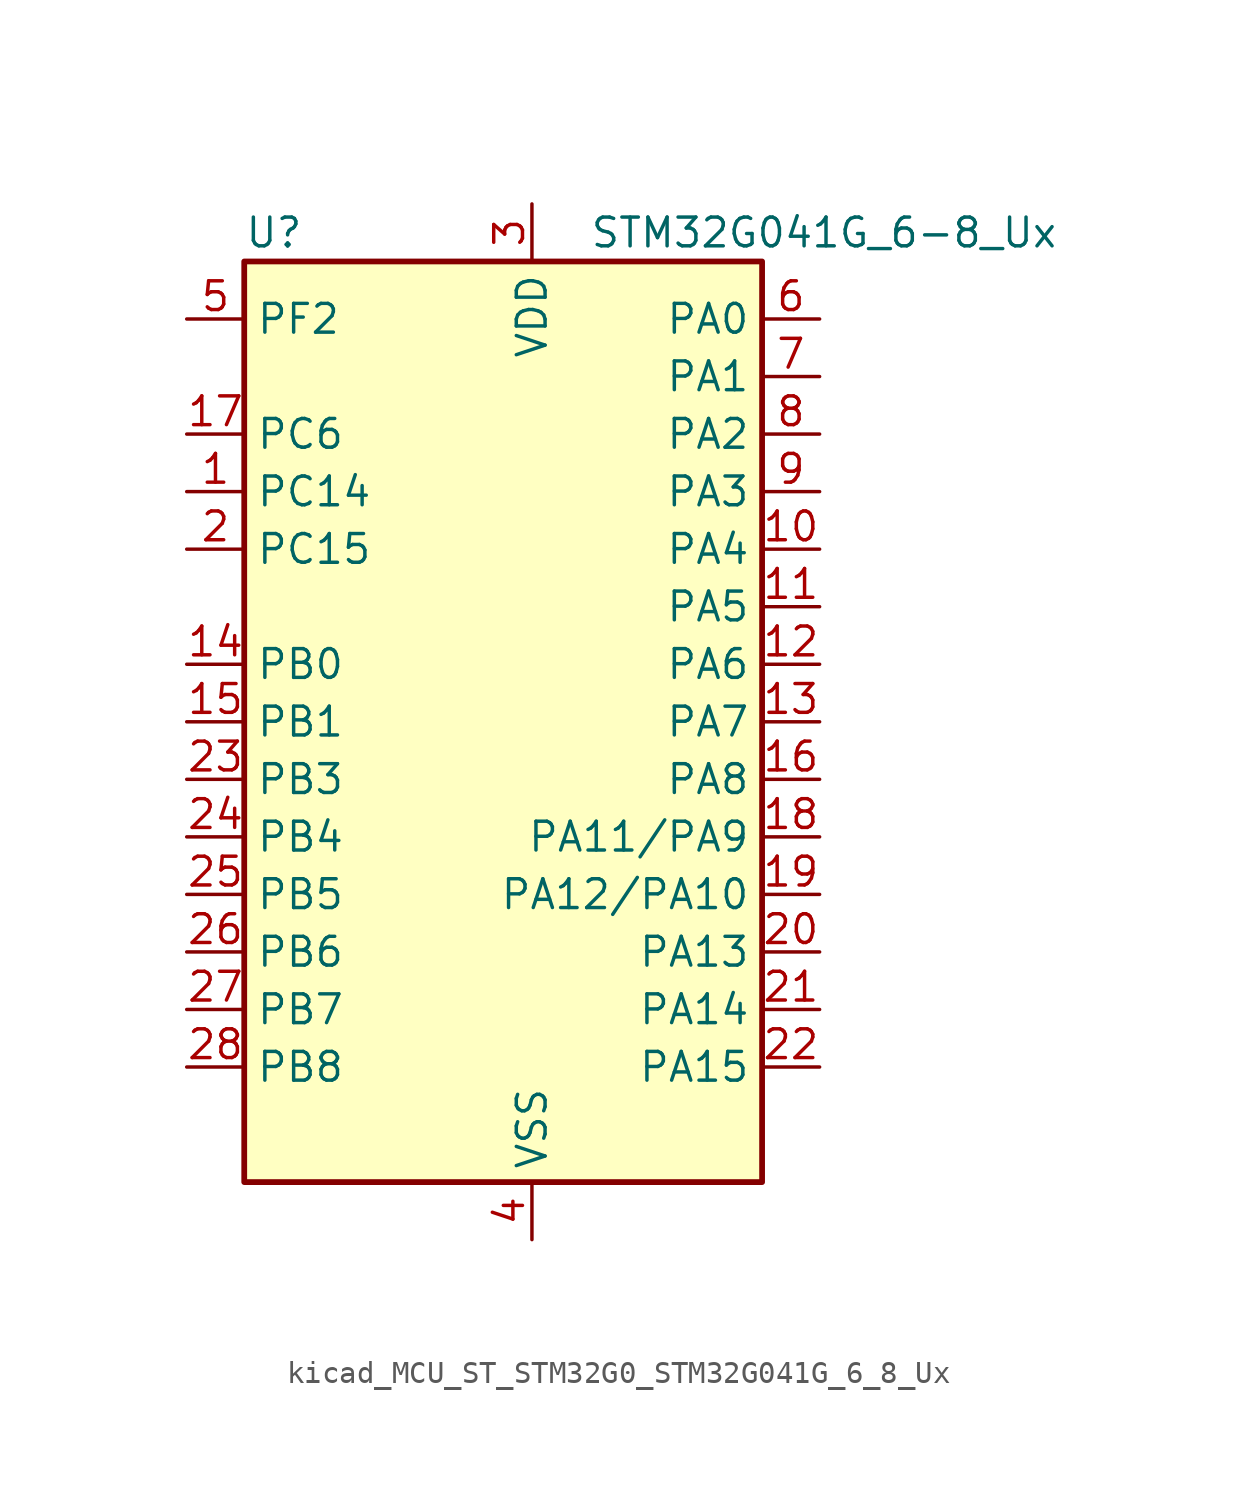
<source format=kicad_sym>
(kicad_symbol_lib
  (version 20220914)
  (generator kicad_symbol_editor)
  (symbol "kicad_MCU_ST_STM32G0_STM32G041G_6_8_Ux"
    (property "Reference" "U"
      (at -10.16 21.59 0)
      (effects (font (size 1.27 1.27)) (justify left)))
    (property "Value" "STM32G041G_6-8_Ux"
      (at 5.08 21.59 0)
      (effects (font (size 1.27 1.27)) (justify left)))
    (property "ki_locked" ""
      (at 0 0 0)
      (effects (font (size 1.27 1.27))))
    (symbol "kicad_MCU_ST_STM32G0_STM32G041G_6_8_Ux_0_1"
      (rectangle (start -10.16 -20.32) (end 12.7 20.32) (stroke (width 0.254) (type default)) (fill (type background))))
    (symbol "kicad_MCU_ST_STM32G0_STM32G041G_6_8_Ux_1_1"
      (pin bidirectional line (at -12.7 10.16 0) (length 2.54) (name "PC14" (effects (font (size 1.27 1.27)))) (number "1" (effects (font (size 1.27 1.27)))) (alternate "RCC_OSC32_IN" bidirectional line) (alternate "RCC_OSC_IN" bidirectional line) (alternate "TIM1_BK2" bidirectional line))
      (pin bidirectional line (at 15.24 7.62 180) (length 2.54) (name "PA4" (effects (font (size 1.27 1.27)))) (number "10" (effects (font (size 1.27 1.27)))) (alternate "ADC1_IN4" bidirectional line) (alternate "I2S1_WS" bidirectional line) (alternate "LPTIM2_OUT" bidirectional line) (alternate "RTC_OUT_ALARM" bidirectional line) (alternate "RTC_OUT_CALIB" bidirectional line) (alternate "RTC_TAMP_IN1" bidirectional line) (alternate "RTC_TS" bidirectional line) (alternate "SPI1_NSS" bidirectional line) (alternate "SPI2_MOSI" bidirectional line) (alternate "SYS_WKUP2" bidirectional line) (alternate "TIM14_CH1" bidirectional line))
      (pin bidirectional line (at 15.24 5.08 180) (length 2.54) (name "PA5" (effects (font (size 1.27 1.27)))) (number "11" (effects (font (size 1.27 1.27)))) (alternate "ADC1_IN5" bidirectional line) (alternate "I2S1_CK" bidirectional line) (alternate "LPTIM2_ETR" bidirectional line) (alternate "SPI1_SCK" bidirectional line) (alternate "TIM2_CH1" bidirectional line) (alternate "TIM2_ETR" bidirectional line))
      (pin bidirectional line (at 15.24 2.54 180) (length 2.54) (name "PA6" (effects (font (size 1.27 1.27)))) (number "12" (effects (font (size 1.27 1.27)))) (alternate "ADC1_IN6" bidirectional line) (alternate "I2S1_MCK" bidirectional line) (alternate "LPUART1_CTS" bidirectional line) (alternate "SPI1_MISO" bidirectional line) (alternate "TIM16_CH1" bidirectional line) (alternate "TIM1_BK" bidirectional line) (alternate "TIM3_CH1" bidirectional line))
      (pin bidirectional line (at 15.24 0 180) (length 2.54) (name "PA7" (effects (font (size 1.27 1.27)))) (number "13" (effects (font (size 1.27 1.27)))) (alternate "ADC1_IN7" bidirectional line) (alternate "I2S1_SD" bidirectional line) (alternate "SPI1_MOSI" bidirectional line) (alternate "TIM14_CH1" bidirectional line) (alternate "TIM17_CH1" bidirectional line) (alternate "TIM1_CH1N" bidirectional line) (alternate "TIM3_CH2" bidirectional line))
      (pin bidirectional line (at -12.7 2.54 0) (length 2.54) (name "PB0" (effects (font (size 1.27 1.27)))) (number "14" (effects (font (size 1.27 1.27)))) (alternate "ADC1_IN8" bidirectional line) (alternate "I2S1_WS" bidirectional line) (alternate "LPTIM1_OUT" bidirectional line) (alternate "SPI1_NSS" bidirectional line) (alternate "TIM1_CH2N" bidirectional line) (alternate "TIM3_CH3" bidirectional line))
      (pin bidirectional line (at -12.7 0 0) (length 2.54) (name "PB1" (effects (font (size 1.27 1.27)))) (number "15" (effects (font (size 1.27 1.27)))) (alternate "ADC1_IN9" bidirectional line) (alternate "LPTIM2_IN1" bidirectional line) (alternate "LPUART1_DE" bidirectional line) (alternate "LPUART1_RTS" bidirectional line) (alternate "TIM14_CH1" bidirectional line) (alternate "TIM1_CH3N" bidirectional line) (alternate "TIM3_CH4" bidirectional line))
      (pin bidirectional line (at 15.24 -2.54 180) (length 2.54) (name "PA8" (effects (font (size 1.27 1.27)))) (number "16" (effects (font (size 1.27 1.27)))) (alternate "LPTIM2_OUT" bidirectional line) (alternate "RCC_MCO" bidirectional line) (alternate "SPI2_NSS" bidirectional line) (alternate "TIM1_CH1" bidirectional line))
      (pin bidirectional line (at -12.7 12.7 0) (length 2.54) (name "PC6" (effects (font (size 1.27 1.27)))) (number "17" (effects (font (size 1.27 1.27)))) (alternate "TIM2_CH3" bidirectional line) (alternate "TIM3_CH1" bidirectional line))
      (pin bidirectional line (at 15.24 -5.08 180) (length 2.54) (name "PA11/PA9" (effects (font (size 1.27 1.27)))) (number "18" (effects (font (size 1.27 1.27)))) (alternate "ADC1_EXTI11" bidirectional line) (alternate "ADC1_IN15" bidirectional line) (alternate "I2C2_SCL" bidirectional line) (alternate "I2S1_MCK" bidirectional line) (alternate "SPI1_MISO" bidirectional line) (alternate "TIM1_BK2" bidirectional line) (alternate "TIM1_CH4" bidirectional line) (alternate "USART1_CTS" bidirectional line) (alternate "USART1_NSS" bidirectional line))
      (pin bidirectional line (at 15.24 -7.62 180) (length 2.54) (name "PA12/PA10" (effects (font (size 1.27 1.27)))) (number "19" (effects (font (size 1.27 1.27)))) (alternate "ADC1_IN16" bidirectional line) (alternate "I2C2_SDA" bidirectional line) (alternate "I2S1_SD" bidirectional line) (alternate "I2S_CKIN" bidirectional line) (alternate "SPI1_MOSI" bidirectional line) (alternate "TIM1_ETR" bidirectional line) (alternate "USART1_CK" bidirectional line) (alternate "USART1_DE" bidirectional line) (alternate "USART1_RTS" bidirectional line))
      (pin bidirectional line (at -12.7 7.62 0) (length 2.54) (name "PC15" (effects (font (size 1.27 1.27)))) (number "2" (effects (font (size 1.27 1.27)))) (alternate "RCC_OSC32_EN" bidirectional line) (alternate "RCC_OSC32_OUT" bidirectional line) (alternate "RCC_OSC_EN" bidirectional line))
      (pin bidirectional line (at 15.24 -10.16 180) (length 2.54) (name "PA13" (effects (font (size 1.27 1.27)))) (number "20" (effects (font (size 1.27 1.27)))) (alternate "ADC1_IN17" bidirectional line) (alternate "IR_OUT" bidirectional line) (alternate "SYS_SWDIO" bidirectional line))
      (pin bidirectional line (at 15.24 -12.7 180) (length 2.54) (name "PA14" (effects (font (size 1.27 1.27)))) (number "21" (effects (font (size 1.27 1.27)))) (alternate "ADC1_IN18" bidirectional line) (alternate "SYS_SWCLK" bidirectional line) (alternate "USART2_TX" bidirectional line))
      (pin bidirectional line (at 15.24 -15.24 180) (length 2.54) (name "PA15" (effects (font (size 1.27 1.27)))) (number "22" (effects (font (size 1.27 1.27)))) (alternate "I2S1_WS" bidirectional line) (alternate "SPI1_NSS" bidirectional line) (alternate "TIM2_CH1" bidirectional line) (alternate "TIM2_ETR" bidirectional line) (alternate "USART2_RX" bidirectional line))
      (pin bidirectional line (at -12.7 -2.54 0) (length 2.54) (name "PB3" (effects (font (size 1.27 1.27)))) (number "23" (effects (font (size 1.27 1.27)))) (alternate "I2S1_CK" bidirectional line) (alternate "SPI1_SCK" bidirectional line) (alternate "TIM1_CH2" bidirectional line) (alternate "TIM2_CH2" bidirectional line) (alternate "USART1_CK" bidirectional line) (alternate "USART1_DE" bidirectional line) (alternate "USART1_RTS" bidirectional line))
      (pin bidirectional line (at -12.7 -5.08 0) (length 2.54) (name "PB4" (effects (font (size 1.27 1.27)))) (number "24" (effects (font (size 1.27 1.27)))) (alternate "I2S1_MCK" bidirectional line) (alternate "SPI1_MISO" bidirectional line) (alternate "TIM17_BK" bidirectional line) (alternate "TIM3_CH1" bidirectional line) (alternate "USART1_CTS" bidirectional line) (alternate "USART1_NSS" bidirectional line))
      (pin bidirectional line (at -12.7 -7.62 0) (length 2.54) (name "PB5" (effects (font (size 1.27 1.27)))) (number "25" (effects (font (size 1.27 1.27)))) (alternate "I2C1_SMBA" bidirectional line) (alternate "I2S1_SD" bidirectional line) (alternate "LPTIM1_IN1" bidirectional line) (alternate "SPI1_MOSI" bidirectional line) (alternate "SYS_WKUP6" bidirectional line) (alternate "TIM16_BK" bidirectional line) (alternate "TIM3_CH2" bidirectional line))
      (pin bidirectional line (at -12.7 -10.16 0) (length 2.54) (name "PB6" (effects (font (size 1.27 1.27)))) (number "26" (effects (font (size 1.27 1.27)))) (alternate "I2C1_SCL" bidirectional line) (alternate "LPTIM1_ETR" bidirectional line) (alternate "SPI2_MISO" bidirectional line) (alternate "TIM16_CH1N" bidirectional line) (alternate "TIM1_CH3" bidirectional line) (alternate "USART1_TX" bidirectional line))
      (pin bidirectional line (at -12.7 -12.7 0) (length 2.54) (name "PB7" (effects (font (size 1.27 1.27)))) (number "27" (effects (font (size 1.27 1.27)))) (alternate "ADC1_IN11" bidirectional line) (alternate "I2C1_SDA" bidirectional line) (alternate "LPTIM1_IN2" bidirectional line) (alternate "SPI2_MOSI" bidirectional line) (alternate "SYS_PVD_IN" bidirectional line) (alternate "TIM17_CH1N" bidirectional line) (alternate "USART1_RX" bidirectional line))
      (pin bidirectional line (at -12.7 -15.24 0) (length 2.54) (name "PB8" (effects (font (size 1.27 1.27)))) (number "28" (effects (font (size 1.27 1.27)))) (alternate "I2C1_SCL" bidirectional line) (alternate "SPI2_SCK" bidirectional line) (alternate "TIM16_CH1" bidirectional line))
      (pin power_in line (at 2.54 22.86 270) (length 2.54) (name "VDD" (effects (font (size 1.27 1.27)))) (number "3" (effects (font (size 1.27 1.27)))))
      (pin power_in line (at 2.54 -22.86 90) (length 2.54) (name "VSS" (effects (font (size 1.27 1.27)))) (number "4" (effects (font (size 1.27 1.27)))))
      (pin bidirectional line (at -12.7 17.78 0) (length 2.54) (name "PF2" (effects (font (size 1.27 1.27)))) (number "5" (effects (font (size 1.27 1.27)))) (alternate "RCC_MCO" bidirectional line))
      (pin bidirectional line (at 15.24 17.78 180) (length 2.54) (name "PA0" (effects (font (size 1.27 1.27)))) (number "6" (effects (font (size 1.27 1.27)))) (alternate "ADC1_IN0" bidirectional line) (alternate "LPTIM1_OUT" bidirectional line) (alternate "RTC_TAMP_IN2" bidirectional line) (alternate "SPI2_SCK" bidirectional line) (alternate "SYS_WKUP1" bidirectional line) (alternate "TIM2_CH1" bidirectional line) (alternate "TIM2_ETR" bidirectional line) (alternate "USART2_CTS" bidirectional line) (alternate "USART2_NSS" bidirectional line))
      (pin bidirectional line (at 15.24 15.24 180) (length 2.54) (name "PA1" (effects (font (size 1.27 1.27)))) (number "7" (effects (font (size 1.27 1.27)))) (alternate "ADC1_IN1" bidirectional line) (alternate "I2C1_SMBA" bidirectional line) (alternate "I2S1_CK" bidirectional line) (alternate "SPI1_SCK" bidirectional line) (alternate "TIM2_CH2" bidirectional line) (alternate "USART2_CK" bidirectional line) (alternate "USART2_DE" bidirectional line) (alternate "USART2_RTS" bidirectional line))
      (pin bidirectional line (at 15.24 12.7 180) (length 2.54) (name "PA2" (effects (font (size 1.27 1.27)))) (number "8" (effects (font (size 1.27 1.27)))) (alternate "ADC1_IN2" bidirectional line) (alternate "I2S1_SD" bidirectional line) (alternate "LPUART1_TX" bidirectional line) (alternate "RCC_LSCO" bidirectional line) (alternate "SPI1_MOSI" bidirectional line) (alternate "SYS_WKUP4" bidirectional line) (alternate "TIM2_CH3" bidirectional line) (alternate "USART2_TX" bidirectional line))
      (pin bidirectional line (at 15.24 10.16 180) (length 2.54) (name "PA3" (effects (font (size 1.27 1.27)))) (number "9" (effects (font (size 1.27 1.27)))) (alternate "ADC1_IN3" bidirectional line) (alternate "LPUART1_RX" bidirectional line) (alternate "SPI2_MISO" bidirectional line) (alternate "TIM2_CH4" bidirectional line) (alternate "USART2_RX" bidirectional line)))))
</source>
